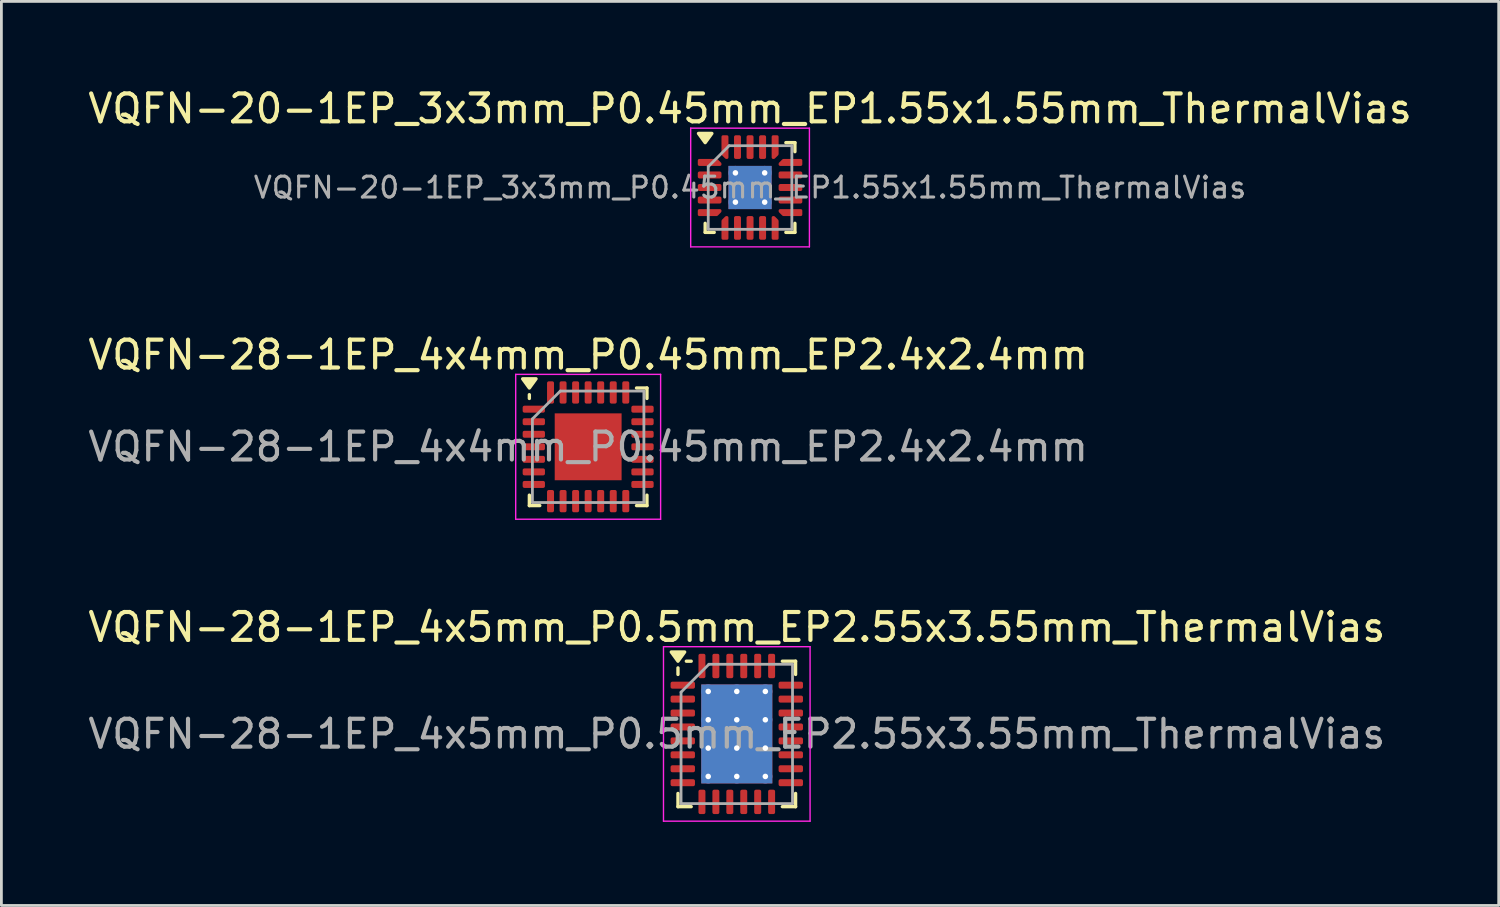
<source format=kicad_pcb>
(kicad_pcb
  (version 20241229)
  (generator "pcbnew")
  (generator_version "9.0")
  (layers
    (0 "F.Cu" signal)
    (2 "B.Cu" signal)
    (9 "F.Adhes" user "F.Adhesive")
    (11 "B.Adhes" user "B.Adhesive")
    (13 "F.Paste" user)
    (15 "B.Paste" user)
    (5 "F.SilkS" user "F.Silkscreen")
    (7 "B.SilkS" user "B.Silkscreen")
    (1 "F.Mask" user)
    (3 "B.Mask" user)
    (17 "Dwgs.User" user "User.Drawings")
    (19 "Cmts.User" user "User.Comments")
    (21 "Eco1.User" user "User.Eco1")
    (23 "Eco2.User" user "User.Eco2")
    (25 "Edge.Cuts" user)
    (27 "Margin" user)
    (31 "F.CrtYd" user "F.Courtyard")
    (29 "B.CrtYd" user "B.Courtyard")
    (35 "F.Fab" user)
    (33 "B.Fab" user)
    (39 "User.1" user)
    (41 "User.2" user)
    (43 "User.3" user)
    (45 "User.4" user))
  (footprint "VQFN-28-1EP_4x4mm_P0.45mm_EP2.4x2.4mm"
    (layer "F.Cu")
    (at 18.054 12.982)
    (property "Reference" "VQFN-28-1EP_4x4mm_P0.45mm_EP2.4x2.4mm" (at 0 -3.3 0) (layer "F.SilkS") (effects (font (size 1 1) (thickness 0.15))))
    (attr smd)
    (fp_line (start -2.11 -1.735) (end -2.11 -1.87) (stroke (width 0.12) (type solid)) (layer "F.SilkS"))
    (fp_line (start -2.11 2.11) (end -2.11 1.735) (stroke (width 0.12) (type solid)) (layer "F.SilkS"))
    (fp_line (start -1.735 2.11) (end -2.11 2.11) (stroke (width 0.12) (type solid)) (layer "F.SilkS"))
    (fp_line (start 1.735 -2.11) (end 2.11 -2.11) (stroke (width 0.12) (type solid)) (layer "F.SilkS"))
    (fp_line (start 1.735 2.11) (end 2.11 2.11) (stroke (width 0.12) (type solid)) (layer "F.SilkS"))
    (fp_line (start 2.11 -2.11) (end 2.11 -1.735) (stroke (width 0.12) (type solid)) (layer "F.SilkS"))
    (fp_line (start 2.11 2.11) (end 2.11 1.735) (stroke (width 0.12) (type solid)) (layer "F.SilkS"))
    (fp_poly (pts (xy -2.11 -2.11) (xy -2.35 -2.44) (xy -1.87 -2.44) (xy -2.11 -2.11)) (stroke (width 0.12) (type solid)) (fill yes) (layer "F.SilkS"))
    (fp_line (start -2.6 -2.6) (end -2.6 2.6) (stroke (width 0.05) (type solid)) (layer "F.CrtYd"))
    (fp_line (start -2.6 2.6) (end 2.6 2.6) (stroke (width 0.05) (type solid)) (layer "F.CrtYd"))
    (fp_line (start 2.6 -2.6) (end -2.6 -2.6) (stroke (width 0.05) (type solid)) (layer "F.CrtYd"))
    (fp_line (start 2.6 2.6) (end 2.6 -2.6) (stroke (width 0.05) (type solid)) (layer "F.CrtYd"))
    (fp_line (start -2 -1) (end -1 -2) (stroke (width 0.1) (type solid)) (layer "F.Fab"))
    (fp_line (start -2 2) (end -2 -1) (stroke (width 0.1) (type solid)) (layer "F.Fab"))
    (fp_line (start -1 -2) (end 2 -2) (stroke (width 0.1) (type solid)) (layer "F.Fab"))
    (fp_line (start 2 -2) (end 2 2) (stroke (width 0.1) (type solid)) (layer "F.Fab"))
    (fp_line (start 2 2) (end -2 2) (stroke (width 0.1) (type solid)) (layer "F.Fab"))
    (fp_text user "${REFERENCE}" (at 0 0 0) (layer "F.Fab") (effects (font (size 1 1) (thickness 0.15))))
    (pad "" smd roundrect (at -0.6 -0.6) (size 0.97 0.97) (layers "F.Paste") (roundrect_rratio 0.25))
    (pad "" smd roundrect (at -0.6 0.6) (size 0.97 0.97) (layers "F.Paste") (roundrect_rratio 0.25))
    (pad "" smd roundrect (at 0.6 -0.6) (size 0.97 0.97) (layers "F.Paste") (roundrect_rratio 0.25))
    (pad "" smd roundrect (at 0.6 0.6) (size 0.97 0.97) (layers "F.Paste") (roundrect_rratio 0.25))
    (pad "1" smd roundrect (at -1.95 -1.35) (size 0.8 0.25) (layers "F.Cu" "F.Mask" "F.Paste") (roundrect_rratio 0.25))
    (pad "2" smd roundrect (at -1.95 -0.9) (size 0.8 0.25) (layers "F.Cu" "F.Mask" "F.Paste") (roundrect_rratio 0.25))
    (pad "3" smd roundrect (at -1.95 -0.45) (size 0.8 0.25) (layers "F.Cu" "F.Mask" "F.Paste") (roundrect_rratio 0.25))
    (pad "4" smd roundrect (at -1.95 0) (size 0.8 0.25) (layers "F.Cu" "F.Mask" "F.Paste") (roundrect_rratio 0.25))
    (pad "5" smd roundrect (at -1.95 0.45) (size 0.8 0.25) (layers "F.Cu" "F.Mask" "F.Paste") (roundrect_rratio 0.25))
    (pad "6" smd roundrect (at -1.95 0.9) (size 0.8 0.25) (layers "F.Cu" "F.Mask" "F.Paste") (roundrect_rratio 0.25))
    (pad "7" smd roundrect (at -1.95 1.35) (size 0.8 0.25) (layers "F.Cu" "F.Mask" "F.Paste") (roundrect_rratio 0.25))
    (pad "8" smd roundrect (at -1.35 1.95) (size 0.25 0.8) (layers "F.Cu" "F.Mask" "F.Paste") (roundrect_rratio 0.25))
    (pad "9" smd roundrect (at -0.9 1.95) (size 0.25 0.8) (layers "F.Cu" "F.Mask" "F.Paste") (roundrect_rratio 0.25))
    (pad "10" smd roundrect (at -0.45 1.95) (size 0.25 0.8) (layers "F.Cu" "F.Mask" "F.Paste") (roundrect_rratio 0.25))
    (pad "11" smd roundrect (at 0 1.95) (size 0.25 0.8) (layers "F.Cu" "F.Mask" "F.Paste") (roundrect_rratio 0.25))
    (pad "12" smd roundrect (at 0.45 1.95) (size 0.25 0.8) (layers "F.Cu" "F.Mask" "F.Paste") (roundrect_rratio 0.25))
    (pad "13" smd roundrect (at 0.9 1.95) (size 0.25 0.8) (layers "F.Cu" "F.Mask" "F.Paste") (roundrect_rratio 0.25))
    (pad "14" smd roundrect (at 1.35 1.95) (size 0.25 0.8) (layers "F.Cu" "F.Mask" "F.Paste") (roundrect_rratio 0.25))
    (pad "15" smd roundrect (at 1.95 1.35) (size 0.8 0.25) (layers "F.Cu" "F.Mask" "F.Paste") (roundrect_rratio 0.25))
    (pad "16" smd roundrect (at 1.95 0.9) (size 0.8 0.25) (layers "F.Cu" "F.Mask" "F.Paste") (roundrect_rratio 0.25))
    (pad "17" smd roundrect (at 1.95 0.45) (size 0.8 0.25) (layers "F.Cu" "F.Mask" "F.Paste") (roundrect_rratio 0.25))
    (pad "18" smd roundrect (at 1.95 0) (size 0.8 0.25) (layers "F.Cu" "F.Mask" "F.Paste") (roundrect_rratio 0.25))
    (pad "19" smd roundrect (at 1.95 -0.45) (size 0.8 0.25) (layers "F.Cu" "F.Mask" "F.Paste") (roundrect_rratio 0.25))
    (pad "20" smd roundrect (at 1.95 -0.9) (size 0.8 0.25) (layers "F.Cu" "F.Mask" "F.Paste") (roundrect_rratio 0.25))
    (pad "21" smd roundrect (at 1.95 -1.35) (size 0.8 0.25) (layers "F.Cu" "F.Mask" "F.Paste") (roundrect_rratio 0.25))
    (pad "22" smd roundrect (at 1.35 -1.95) (size 0.25 0.8) (layers "F.Cu" "F.Mask" "F.Paste") (roundrect_rratio 0.25))
    (pad "23" smd roundrect (at 0.9 -1.95) (size 0.25 0.8) (layers "F.Cu" "F.Mask" "F.Paste") (roundrect_rratio 0.25))
    (pad "24" smd roundrect (at 0.45 -1.95) (size 0.25 0.8) (layers "F.Cu" "F.Mask" "F.Paste") (roundrect_rratio 0.25))
    (pad "25" smd roundrect (at 0 -1.95) (size 0.25 0.8) (layers "F.Cu" "F.Mask" "F.Paste") (roundrect_rratio 0.25))
    (pad "26" smd roundrect (at -0.45 -1.95) (size 0.25 0.8) (layers "F.Cu" "F.Mask" "F.Paste") (roundrect_rratio 0.25))
    (pad "27" smd roundrect (at -0.9 -1.95) (size 0.25 0.8) (layers "F.Cu" "F.Mask" "F.Paste") (roundrect_rratio 0.25))
    (pad "28" smd roundrect (at -1.35 -1.95) (size 0.25 0.8) (layers "F.Cu" "F.Mask" "F.Paste") (roundrect_rratio 0.25))
    (pad "29" smd rect (at 0 0) (size 2.4 2.4) (property pad_prop_heatsink) (layers "F.Cu" "F.Mask")))
  (footprint "VQFN-20-1EP_3x3mm_P0.45mm_EP1.55x1.55mm_ThermalVias"
    (layer "F.Cu")
    (at 23.863 3.678)
    (property "Reference" "VQFN-20-1EP_3x3mm_P0.45mm_EP1.55x1.55mm_ThermalVias" (at 0 -2.83 0) (layer "F.SilkS") (effects (font (size 1 1) (thickness 0.15))))
    (attr smd)
    (fp_line (start -1.61 1.61) (end -1.61 1.285) (stroke (width 0.12) (type solid)) (layer "F.SilkS"))
    (fp_line (start -1.285 1.61) (end -1.61 1.61) (stroke (width 0.12) (type solid)) (layer "F.SilkS"))
    (fp_line (start 1.285 -1.61) (end 1.61 -1.61) (stroke (width 0.12) (type solid)) (layer "F.SilkS"))
    (fp_line (start 1.285 1.61) (end 1.61 1.61) (stroke (width 0.12) (type solid)) (layer "F.SilkS"))
    (fp_line (start 1.61 -1.61) (end 1.61 -1.285) (stroke (width 0.12) (type solid)) (layer "F.SilkS"))
    (fp_line (start 1.61 1.61) (end 1.61 1.285) (stroke (width 0.12) (type solid)) (layer "F.SilkS"))
    (fp_poly (pts (xy -1.61 -1.61) (xy -1.85 -1.94) (xy -1.37 -1.94) (xy -1.61 -1.61)) (stroke (width 0.12) (type solid)) (fill yes) (layer "F.SilkS"))
    (fp_line (start -2.13 -2.13) (end -2.13 2.13) (stroke (width 0.05) (type solid)) (layer "F.CrtYd"))
    (fp_line (start -2.13 2.13) (end 2.13 2.13) (stroke (width 0.05) (type solid)) (layer "F.CrtYd"))
    (fp_line (start 2.13 -2.13) (end -2.13 -2.13) (stroke (width 0.05) (type solid)) (layer "F.CrtYd"))
    (fp_line (start 2.13 2.13) (end 2.13 -2.13) (stroke (width 0.05) (type solid)) (layer "F.CrtYd"))
    (fp_line (start -1.5 -0.75) (end -0.75 -1.5) (stroke (width 0.1) (type solid)) (layer "F.Fab"))
    (fp_line (start -1.5 1.5) (end -1.5 -0.75) (stroke (width 0.1) (type solid)) (layer "F.Fab"))
    (fp_line (start -0.75 -1.5) (end 1.5 -1.5) (stroke (width 0.1) (type solid)) (layer "F.Fab"))
    (fp_line (start 1.5 -1.5) (end 1.5 1.5) (stroke (width 0.1) (type solid)) (layer "F.Fab"))
    (fp_line (start 1.5 1.5) (end -1.5 1.5) (stroke (width 0.1) (type solid)) (layer "F.Fab"))
    (fp_text user "${REFERENCE}" (at 0 0 0) (layer "F.Fab") (effects (font (size 0.75 0.75) (thickness 0.11))))
    (pad "" smd roundrect (at -0.39 -0.39) (size 0.67 0.67) (layers "F.Paste") (roundrect_rratio 0.25))
    (pad "" smd roundrect (at -0.39 0.39) (size 0.67 0.67) (layers "F.Paste") (roundrect_rratio 0.25))
    (pad "" smd roundrect (at 0.39 -0.39) (size 0.67 0.67) (layers "F.Paste") (roundrect_rratio 0.25))
    (pad "" smd roundrect (at 0.39 0.39) (size 0.67 0.67) (layers "F.Paste") (roundrect_rratio 0.25))
    (pad "1" smd custom (at -1.45 -0.9) (size 0.144 0.144) (layers "F.Cu" "F.Mask" "F.Paste") (options (anchor circle)) (primitives (gr_poly (pts (xy -0.375 -0.075) (xy 0.254 -0.075) (xy 0.375 0.046) (xy 0.375 0.075) (xy -0.375 0.075)) (width 0.1) (fill yes))))
    (pad "2" smd roundrect (at -1.45 -0.45) (size 0.85 0.25) (layers "F.Cu" "F.Mask" "F.Paste") (roundrect_rratio 0.25))
    (pad "3" smd roundrect (at -1.45 0) (size 0.85 0.25) (layers "F.Cu" "F.Mask" "F.Paste") (roundrect_rratio 0.25))
    (pad "4" smd roundrect (at -1.45 0.45) (size 0.85 0.25) (layers "F.Cu" "F.Mask" "F.Paste") (roundrect_rratio 0.25))
    (pad "5" smd custom (at -1.45 0.9) (size 0.144 0.144) (layers "F.Cu" "F.Mask" "F.Paste") (options (anchor circle)) (primitives (gr_poly (pts (xy -0.375 -0.075) (xy 0.375 -0.075) (xy 0.375 -0.046) (xy 0.254 0.075) (xy -0.375 0.075)) (width 0.1) (fill yes))))
    (pad "6" smd custom (at -0.9 1.45) (size 0.144 0.144) (layers "F.Cu" "F.Mask" "F.Paste") (options (anchor circle)) (primitives (gr_poly (pts (xy -0.075 -0.254) (xy 0.046 -0.375) (xy 0.075 -0.375) (xy 0.075 0.375) (xy -0.075 0.375)) (width 0.1) (fill yes))))
    (pad "7" smd roundrect (at -0.45 1.45) (size 0.25 0.85) (layers "F.Cu" "F.Mask" "F.Paste") (roundrect_rratio 0.25))
    (pad "8" smd roundrect (at 0 1.45) (size 0.25 0.85) (layers "F.Cu" "F.Mask" "F.Paste") (roundrect_rratio 0.25))
    (pad "9" smd roundrect (at 0.45 1.45) (size 0.25 0.85) (layers "F.Cu" "F.Mask" "F.Paste") (roundrect_rratio 0.25))
    (pad "10" smd custom (at 0.9 1.45) (size 0.144 0.144) (layers "F.Cu" "F.Mask" "F.Paste") (options (anchor circle)) (primitives (gr_poly (pts (xy -0.075 -0.375) (xy -0.046 -0.375) (xy 0.075 -0.254) (xy 0.075 0.375) (xy -0.075 0.375)) (width 0.1) (fill yes))))
    (pad "11" smd custom (at 1.45 0.9) (size 0.144 0.144) (layers "F.Cu" "F.Mask" "F.Paste") (options (anchor circle)) (primitives (gr_poly (pts (xy -0.375 -0.075) (xy 0.375 -0.075) (xy 0.375 0.075) (xy -0.254 0.075) (xy -0.375 -0.046)) (width 0.1) (fill yes))))
    (pad "12" smd roundrect (at 1.45 0.45) (size 0.85 0.25) (layers "F.Cu" "F.Mask" "F.Paste") (roundrect_rratio 0.25))
    (pad "13" smd roundrect (at 1.45 0) (size 0.85 0.25) (layers "F.Cu" "F.Mask" "F.Paste") (roundrect_rratio 0.25))
    (pad "14" smd roundrect (at 1.45 -0.45) (size 0.85 0.25) (layers "F.Cu" "F.Mask" "F.Paste") (roundrect_rratio 0.25))
    (pad "15" smd custom (at 1.45 -0.9) (size 0.144 0.144) (layers "F.Cu" "F.Mask" "F.Paste") (options (anchor circle)) (primitives (gr_poly (pts (xy -0.375 0.046) (xy -0.254 -0.075) (xy 0.375 -0.075) (xy 0.375 0.075) (xy -0.375 0.075)) (width 0.1) (fill yes))))
    (pad "16" smd custom (at 0.9 -1.45) (size 0.144 0.144) (layers "F.Cu" "F.Mask" "F.Paste") (options (anchor circle)) (primitives (gr_poly (pts (xy -0.075 -0.375) (xy 0.075 -0.375) (xy 0.075 0.254) (xy -0.046 0.375) (xy -0.075 0.375)) (width 0.1) (fill yes))))
    (pad "17" smd roundrect (at 0.45 -1.45) (size 0.25 0.85) (layers "F.Cu" "F.Mask" "F.Paste") (roundrect_rratio 0.25))
    (pad "18" smd roundrect (at 0 -1.45) (size 0.25 0.85) (layers "F.Cu" "F.Mask" "F.Paste") (roundrect_rratio 0.25))
    (pad "19" smd roundrect (at -0.45 -1.45) (size 0.25 0.85) (layers "F.Cu" "F.Mask" "F.Paste") (roundrect_rratio 0.25))
    (pad "20" smd custom (at -0.9 -1.45) (size 0.144 0.144) (layers "F.Cu" "F.Mask" "F.Paste") (options (anchor circle)) (primitives (gr_poly (pts (xy -0.075 -0.375) (xy 0.075 -0.375) (xy 0.075 0.375) (xy 0.046 0.375) (xy -0.075 0.254)) (width 0.1) (fill yes))))
    (pad "21" thru_hole circle (at -0.525 -0.525) (size 0.5 0.5) (drill 0.2) (property pad_prop_heatsink) (layers "*.Cu"))
    (pad "21" thru_hole circle (at -0.525 0.525) (size 0.5 0.5) (drill 0.2) (property pad_prop_heatsink) (layers "*.Cu"))
    (pad "21" smd rect (at 0 0) (size 1.55 1.55) (property pad_prop_heatsink) (layers "F.Cu" "F.Mask"))
    (pad "21" smd rect (at 0 0) (size 1.55 1.55) (property pad_prop_heatsink) (layers "B.Cu"))
    (pad "21" thru_hole circle (at 0.525 -0.525) (size 0.5 0.5) (drill 0.2) (property pad_prop_heatsink) (layers "*.Cu"))
    (pad "21" thru_hole circle (at 0.525 0.525) (size 0.5 0.5) (drill 0.2) (property pad_prop_heatsink) (layers "*.Cu")))
  (footprint "VQFN-28-1EP_4x5mm_P0.5mm_EP2.55x3.55mm_ThermalVias"
    (layer "F.Cu")
    (at 23.387 23.285)
    (property "Reference" "VQFN-28-1EP_4x5mm_P0.5mm_EP2.55x3.55mm_ThermalVias" (at 0 -3.83 0) (layer "F.SilkS") (effects (font (size 1 1) (thickness 0.15))))
    (attr smd)
    (fp_line (start -2.11 -2.135) (end -2.11 -2.37) (stroke (width 0.12) (type solid)) (layer "F.SilkS"))
    (fp_line (start -2.11 2.61) (end -2.11 2.135) (stroke (width 0.12) (type solid)) (layer "F.SilkS"))
    (fp_line (start -1.635 -2.61) (end -1.81 -2.61) (stroke (width 0.12) (type solid)) (layer "F.SilkS"))
    (fp_line (start -1.635 2.61) (end -2.11 2.61) (stroke (width 0.12) (type solid)) (layer "F.SilkS"))
    (fp_line (start 1.635 -2.61) (end 2.11 -2.61) (stroke (width 0.12) (type solid)) (layer "F.SilkS"))
    (fp_line (start 1.635 2.61) (end 2.11 2.61) (stroke (width 0.12) (type solid)) (layer "F.SilkS"))
    (fp_line (start 2.11 -2.61) (end 2.11 -2.135) (stroke (width 0.12) (type solid)) (layer "F.SilkS"))
    (fp_line (start 2.11 2.61) (end 2.11 2.135) (stroke (width 0.12) (type solid)) (layer "F.SilkS"))
    (fp_poly (pts (xy -2.11 -2.61) (xy -2.35 -2.94) (xy -1.87 -2.94) (xy -2.11 -2.61)) (stroke (width 0.12) (type solid)) (fill yes) (layer "F.SilkS"))
    (fp_line (start -2.63 -3.13) (end -2.63 3.13) (stroke (width 0.05) (type solid)) (layer "F.CrtYd"))
    (fp_line (start -2.63 3.13) (end 2.63 3.13) (stroke (width 0.05) (type solid)) (layer "F.CrtYd"))
    (fp_line (start 2.63 -3.13) (end -2.63 -3.13) (stroke (width 0.05) (type solid)) (layer "F.CrtYd"))
    (fp_line (start 2.63 3.13) (end 2.63 -3.13) (stroke (width 0.05) (type solid)) (layer "F.CrtYd"))
    (fp_line (start -2 -1.5) (end -1 -2.5) (stroke (width 0.1) (type solid)) (layer "F.Fab"))
    (fp_line (start -2 2.5) (end -2 -1.5) (stroke (width 0.1) (type solid)) (layer "F.Fab"))
    (fp_line (start -1 -2.5) (end 2 -2.5) (stroke (width 0.1) (type solid)) (layer "F.Fab"))
    (fp_line (start 2 -2.5) (end 2 2.5) (stroke (width 0.1) (type solid)) (layer "F.Fab"))
    (fp_line (start 2 2.5) (end -2 2.5) (stroke (width 0.1) (type solid)) (layer "F.Fab"))
    (fp_text user "${REFERENCE}" (at 0 0 0) (layer "F.Fab") (effects (font (size 1 1) (thickness 0.15))))
    (pad "" smd roundrect (at -0.635 -1.18) (size 1.03 0.95) (layers "F.Paste") (roundrect_rratio 0.25))
    (pad "" smd roundrect (at -0.635 0) (size 1.03 0.95) (layers "F.Paste") (roundrect_rratio 0.25))
    (pad "" smd roundrect (at -0.635 1.18) (size 1.03 0.95) (layers "F.Paste") (roundrect_rratio 0.25))
    (pad "" smd roundrect (at 0.635 -1.18) (size 1.03 0.95) (layers "F.Paste") (roundrect_rratio 0.25))
    (pad "" smd roundrect (at 0.635 0) (size 1.03 0.95) (layers "F.Paste") (roundrect_rratio 0.25))
    (pad "" smd roundrect (at 0.635 1.18) (size 1.03 0.95) (layers "F.Paste") (roundrect_rratio 0.25))
    (pad "1" smd roundrect (at -1.938 -1.75) (size 0.875 0.25) (layers "F.Cu" "F.Mask" "F.Paste") (roundrect_rratio 0.25))
    (pad "2" smd roundrect (at -1.938 -1.25) (size 0.875 0.25) (layers "F.Cu" "F.Mask" "F.Paste") (roundrect_rratio 0.25))
    (pad "3" smd roundrect (at -1.938 -0.75) (size 0.875 0.25) (layers "F.Cu" "F.Mask" "F.Paste") (roundrect_rratio 0.25))
    (pad "4" smd roundrect (at -1.938 -0.25) (size 0.875 0.25) (layers "F.Cu" "F.Mask" "F.Paste") (roundrect_rratio 0.25))
    (pad "5" smd roundrect (at -1.938 0.25) (size 0.875 0.25) (layers "F.Cu" "F.Mask" "F.Paste") (roundrect_rratio 0.25))
    (pad "6" smd roundrect (at -1.938 0.75) (size 0.875 0.25) (layers "F.Cu" "F.Mask" "F.Paste") (roundrect_rratio 0.25))
    (pad "7" smd roundrect (at -1.938 1.25) (size 0.875 0.25) (layers "F.Cu" "F.Mask" "F.Paste") (roundrect_rratio 0.25))
    (pad "8" smd roundrect (at -1.938 1.75) (size 0.875 0.25) (layers "F.Cu" "F.Mask" "F.Paste") (roundrect_rratio 0.25))
    (pad "9" smd roundrect (at -1.25 2.438) (size 0.25 0.875) (layers "F.Cu" "F.Mask" "F.Paste") (roundrect_rratio 0.25))
    (pad "10" smd roundrect (at -0.75 2.438) (size 0.25 0.875) (layers "F.Cu" "F.Mask" "F.Paste") (roundrect_rratio 0.25))
    (pad "11" smd roundrect (at -0.25 2.438) (size 0.25 0.875) (layers "F.Cu" "F.Mask" "F.Paste") (roundrect_rratio 0.25))
    (pad "12" smd roundrect (at 0.25 2.438) (size 0.25 0.875) (layers "F.Cu" "F.Mask" "F.Paste") (roundrect_rratio 0.25))
    (pad "13" smd roundrect (at 0.75 2.438) (size 0.25 0.875) (layers "F.Cu" "F.Mask" "F.Paste") (roundrect_rratio 0.25))
    (pad "14" smd roundrect (at 1.25 2.438) (size 0.25 0.875) (layers "F.Cu" "F.Mask" "F.Paste") (roundrect_rratio 0.25))
    (pad "15" smd roundrect (at 1.938 1.75) (size 0.875 0.25) (layers "F.Cu" "F.Mask" "F.Paste") (roundrect_rratio 0.25))
    (pad "16" smd roundrect (at 1.938 1.25) (size 0.875 0.25) (layers "F.Cu" "F.Mask" "F.Paste") (roundrect_rratio 0.25))
    (pad "17" smd roundrect (at 1.938 0.75) (size 0.875 0.25) (layers "F.Cu" "F.Mask" "F.Paste") (roundrect_rratio 0.25))
    (pad "18" smd roundrect (at 1.938 0.25) (size 0.875 0.25) (layers "F.Cu" "F.Mask" "F.Paste") (roundrect_rratio 0.25))
    (pad "19" smd roundrect (at 1.938 -0.25) (size 0.875 0.25) (layers "F.Cu" "F.Mask" "F.Paste") (roundrect_rratio 0.25))
    (pad "20" smd roundrect (at 1.938 -0.75) (size 0.875 0.25) (layers "F.Cu" "F.Mask" "F.Paste") (roundrect_rratio 0.25))
    (pad "21" smd roundrect (at 1.938 -1.25) (size 0.875 0.25) (layers "F.Cu" "F.Mask" "F.Paste") (roundrect_rratio 0.25))
    (pad "22" smd roundrect (at 1.938 -1.75) (size 0.875 0.25) (layers "F.Cu" "F.Mask" "F.Paste") (roundrect_rratio 0.25))
    (pad "23" smd roundrect (at 1.25 -2.438) (size 0.25 0.875) (layers "F.Cu" "F.Mask" "F.Paste") (roundrect_rratio 0.25))
    (pad "24" smd roundrect (at 0.75 -2.438) (size 0.25 0.875) (layers "F.Cu" "F.Mask" "F.Paste") (roundrect_rratio 0.25))
    (pad "25" smd roundrect (at 0.25 -2.438) (size 0.25 0.875) (layers "F.Cu" "F.Mask" "F.Paste") (roundrect_rratio 0.25))
    (pad "26" smd roundrect (at -0.25 -2.438) (size 0.25 0.875) (layers "F.Cu" "F.Mask" "F.Paste") (roundrect_rratio 0.25))
    (pad "27" smd roundrect (at -0.75 -2.438) (size 0.25 0.875) (layers "F.Cu" "F.Mask" "F.Paste") (roundrect_rratio 0.25))
    (pad "28" smd roundrect (at -1.25 -2.438) (size 0.25 0.875) (layers "F.Cu" "F.Mask" "F.Paste") (roundrect_rratio 0.25))
    (pad "29" thru_hole circle (at -1.025 -1.525) (size 0.5 0.5) (drill 0.2) (property pad_prop_heatsink) (layers "*.Cu"))
    (pad "29" thru_hole circle (at -1.025 -0.508) (size 0.5 0.5) (drill 0.2) (property pad_prop_heatsink) (layers "*.Cu"))
    (pad "29" thru_hole circle (at -1.025 0.508) (size 0.5 0.5) (drill 0.2) (property pad_prop_heatsink) (layers "*.Cu"))
    (pad "29" thru_hole circle (at -1.025 1.525) (size 0.5 0.5) (drill 0.2) (property pad_prop_heatsink) (layers "*.Cu"))
    (pad "29" thru_hole circle (at 0 -1.525) (size 0.5 0.5) (drill 0.2) (property pad_prop_heatsink) (layers "*.Cu"))
    (pad "29" thru_hole circle (at 0 -0.508) (size 0.5 0.5) (drill 0.2) (property pad_prop_heatsink) (layers "*.Cu"))
    (pad "29" smd rect (at 0 0) (size 2.55 3.55) (property pad_prop_heatsink) (layers "F.Cu" "F.Mask"))
    (pad "29" smd rect (at 0 0) (size 2.55 3.55) (property pad_prop_heatsink) (layers "B.Cu"))
    (pad "29" thru_hole circle (at 0 0.508) (size 0.5 0.5) (drill 0.2) (property pad_prop_heatsink) (layers "*.Cu"))
    (pad "29" thru_hole circle (at 0 1.525) (size 0.5 0.5) (drill 0.2) (property pad_prop_heatsink) (layers "*.Cu"))
    (pad "29" thru_hole circle (at 1.025 -1.525) (size 0.5 0.5) (drill 0.2) (property pad_prop_heatsink) (layers "*.Cu"))
    (pad "29" thru_hole circle (at 1.025 -0.508) (size 0.5 0.5) (drill 0.2) (property pad_prop_heatsink) (layers "*.Cu"))
    (pad "29" thru_hole circle (at 1.025 0.508) (size 0.5 0.5) (drill 0.2) (property pad_prop_heatsink) (layers "*.Cu"))
    (pad "29" thru_hole circle (at 1.025 1.525) (size 0.5 0.5) (drill 0.2) (property pad_prop_heatsink) (layers "*.Cu")))
  (gr_rect
    (start -3 -3)
    (end 50.726 29.44)
    (stroke (width 0.1) (type default))
    (fill no)
    (layer "Edge.Cuts")))
</source>
